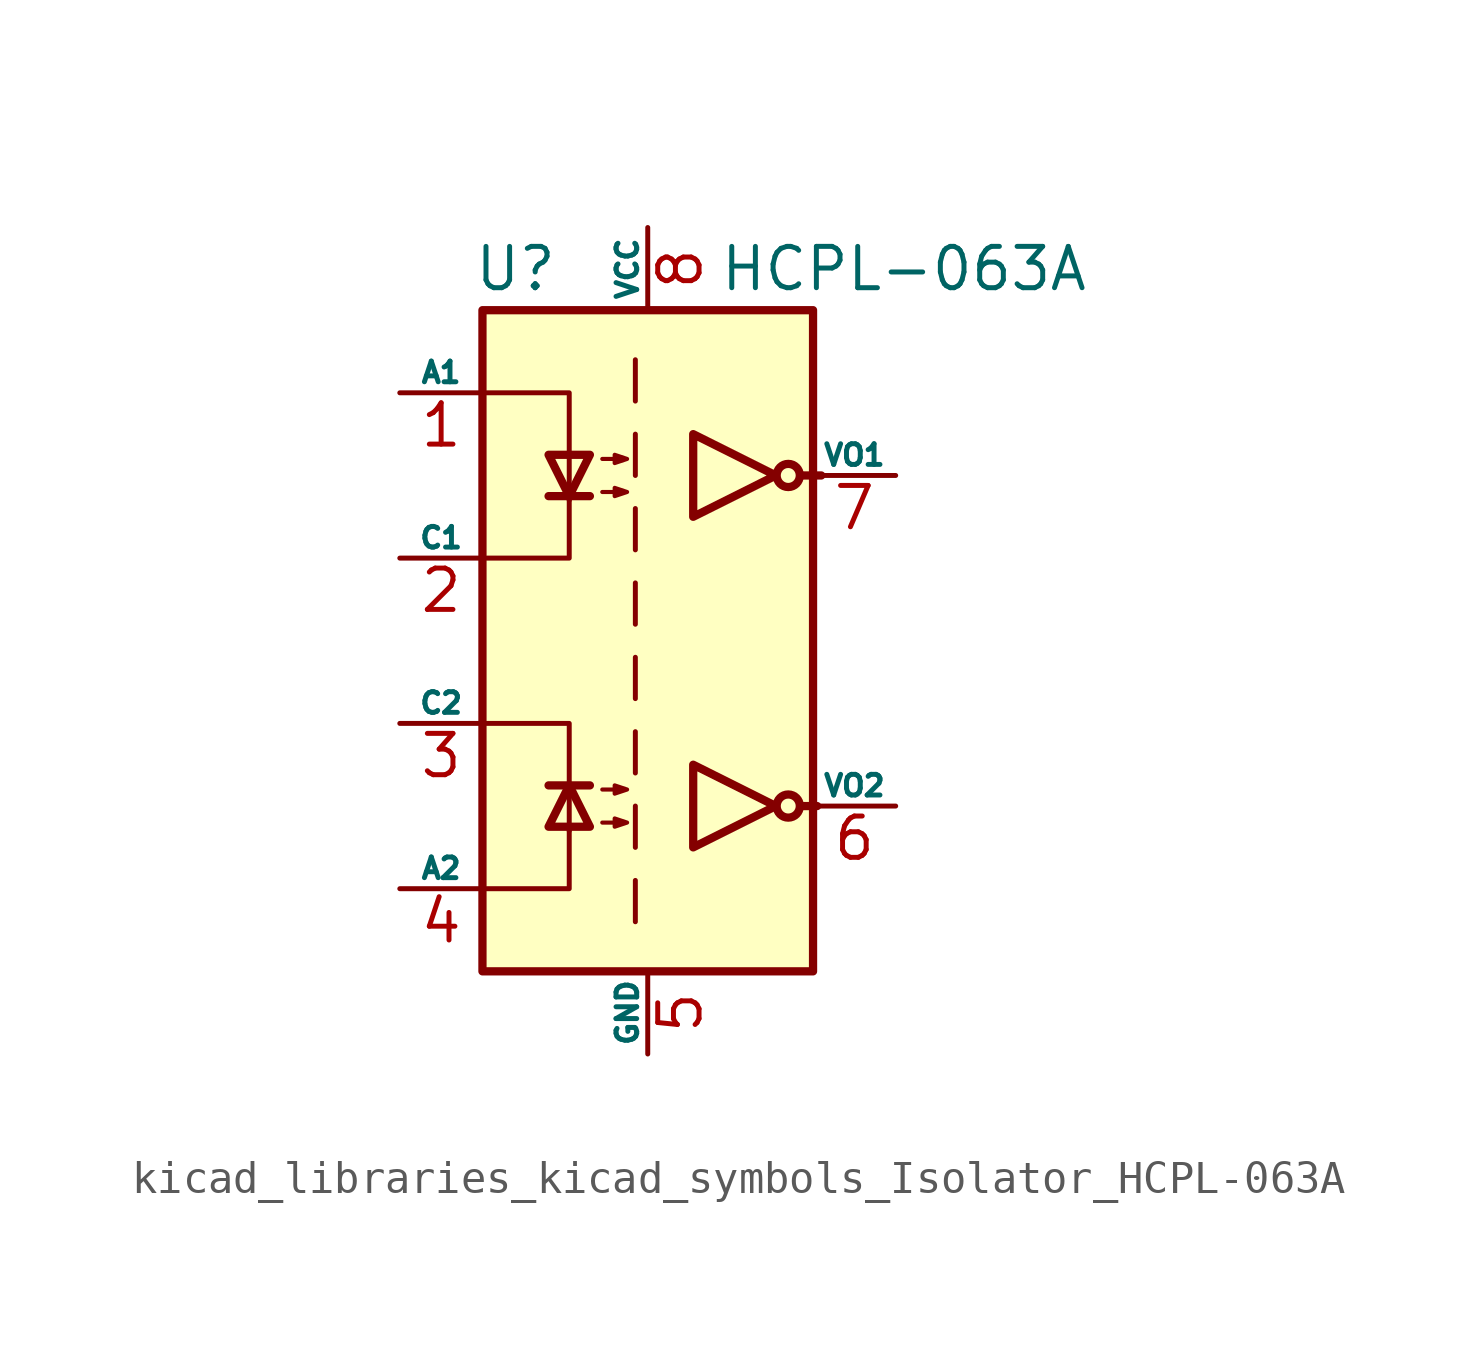
<source format=kicad_sym>
(kicad_symbol_lib
  (version 20220914)
  (generator kicad_symbol_editor)
  (symbol "kicad_libraries_kicad_symbols_Isolator_HCPL-063A"
    (pin_names
      (offset 0))
    (property "Reference" "U"
      (at -4.064 11.43 0)
      (effects (font (size 1.27 1.27))))
    (property "Value" "HCPL-063A"
      (at 7.874 11.43 0)
      (effects (font (size 1.27 1.27))))
    (symbol "kicad_libraries_kicad_symbols_Isolator_HCPL-063A_0_1"
      (rectangle (start -5.08 10.16) (end 5.08 -10.16) (stroke (width 0.254) (type default)) (fill (type background))))
    (symbol "kicad_libraries_kicad_symbols_Isolator_HCPL-063A_1_1"
      (polyline (pts (xy -3.048 -4.445) (xy -1.778 -4.445)) (stroke (width 0.254) (type default)) (fill (type none)))
      (polyline (pts (xy -3.048 4.445) (xy -1.778 4.445)) (stroke (width 0.254) (type default)) (fill (type none)))
      (polyline (pts (xy -0.381 -7.366) (xy -0.381 -8.636)) (stroke (width 0) (type default)) (fill (type none)))
      (polyline (pts (xy -0.381 -5.08) (xy -0.381 -6.35)) (stroke (width 0) (type default)) (fill (type none)))
      (polyline (pts (xy -0.381 -2.794) (xy -0.381 -4.064)) (stroke (width 0) (type default)) (fill (type none)))
      (polyline (pts (xy -0.381 -0.508) (xy -0.381 -1.778)) (stroke (width 0) (type default)) (fill (type none)))
      (polyline (pts (xy -0.381 1.778) (xy -0.381 0.508)) (stroke (width 0) (type default)) (fill (type none)))
      (polyline (pts (xy -0.381 4.064) (xy -0.381 2.794)) (stroke (width 0) (type default)) (fill (type none)))
      (polyline (pts (xy -0.381 6.35) (xy -0.381 5.08)) (stroke (width 0) (type default)) (fill (type none)))
      (polyline (pts (xy -0.381 8.636) (xy -0.381 7.366)) (stroke (width 0) (type default)) (fill (type none)))
      (polyline (pts (xy 4.699 -5.08) (xy 5.207 -5.08)) (stroke (width 0.254) (type default)) (fill (type none)))
      (polyline (pts (xy 4.699 5.08) (xy 5.334 5.08)) (stroke (width 0.254) (type default)) (fill (type none)))
      (polyline (pts (xy -4.953 -7.62) (xy -2.413 -7.62) (xy -2.413 -5.715)) (stroke (width 0) (type default)) (fill (type none)))
      (polyline (pts (xy -4.953 7.62) (xy -2.413 7.62) (xy -2.413 4.318)) (stroke (width 0) (type default)) (fill (type none)))
      (polyline (pts (xy -2.413 -5.842) (xy -2.413 -2.54) (xy -4.953 -2.54)) (stroke (width 0) (type default)) (fill (type none)))
      (polyline (pts (xy -2.413 4.445) (xy -2.413 2.54) (xy -4.953 2.54)) (stroke (width 0) (type default)) (fill (type none)))
      (polyline (pts (xy -2.413 -4.445) (xy -3.048 -5.715) (xy -1.778 -5.715) (xy -2.413 -4.445)) (stroke (width 0.254) (type default)) (fill (type none)))
      (polyline (pts (xy -2.413 4.445) (xy -3.048 5.715) (xy -1.778 5.715) (xy -2.413 4.445)) (stroke (width 0.254) (type default)) (fill (type none)))
      (polyline (pts (xy 3.937 -5.08) (xy 1.397 -3.81) (xy 1.397 -6.35) (xy 3.937 -5.08)) (stroke (width 0.254) (type default)) (fill (type none)))
      (polyline (pts (xy 3.937 5.08) (xy 1.397 6.35) (xy 1.397 3.81) (xy 3.937 5.08)) (stroke (width 0.254) (type default)) (fill (type none)))
      (polyline (pts (xy -1.397 -5.588) (xy -0.635 -5.588) (xy -1.016 -5.715) (xy -1.016 -5.461) (xy -0.635 -5.588)) (stroke (width 0.127) (type default)) (fill (type none)))
      (polyline (pts (xy -1.397 -4.572) (xy -0.635 -4.572) (xy -1.016 -4.699) (xy -1.016 -4.445) (xy -0.635 -4.572)) (stroke (width 0.127) (type default)) (fill (type none)))
      (polyline (pts (xy -1.397 4.572) (xy -0.635 4.572) (xy -1.016 4.445) (xy -1.016 4.699) (xy -0.635 4.572)) (stroke (width 0.127) (type default)) (fill (type none)))
      (polyline (pts (xy -1.397 5.588) (xy -0.635 5.588) (xy -1.016 5.461) (xy -1.016 5.715) (xy -0.635 5.588)) (stroke (width 0.127) (type default)) (fill (type none)))
      (circle (center 4.318 -5.08) (radius 0.356) (stroke (width 0.254) (type default)) (fill (type none)))
      (circle (center 4.318 5.08) (radius 0.356) (stroke (width 0.254) (type default)) (fill (type none)))
      (pin passive line (at -7.62 7.62 0) (length 2.54) (name "A1" (effects (font (size 0.635 0.635)))) (number "1" (effects (font (size 1.27 1.27)))))
      (pin passive line (at -7.62 2.54 0) (length 2.54) (name "C1" (effects (font (size 0.635 0.635)))) (number "2" (effects (font (size 1.27 1.27)))))
      (pin passive line (at -7.62 -2.54 0) (length 2.54) (name "C2" (effects (font (size 0.635 0.635)))) (number "3" (effects (font (size 1.27 1.27)))))
      (pin passive line (at -7.62 -7.62 0) (length 2.54) (name "A2" (effects (font (size 0.635 0.635)))) (number "4" (effects (font (size 1.27 1.27)))))
      (pin power_in line (at 0 -12.7 90) (length 2.54) (name "GND" (effects (font (size 0.635 0.635)))) (number "5" (effects (font (size 1.27 1.27)))))
      (pin open_collector line (at 7.62 -5.08 180) (length 2.54) (name "VO2" (effects (font (size 0.635 0.635)))) (number "6" (effects (font (size 1.27 1.27)))))
      (pin open_collector line (at 7.62 5.08 180) (length 2.54) (name "VO1" (effects (font (size 0.635 0.635)))) (number "7" (effects (font (size 1.27 1.27)))))
      (pin power_in line (at 0 12.7 270) (length 2.54) (name "VCC" (effects (font (size 0.635 0.635)))) (number "8" (effects (font (size 1.27 1.27))))))))
</source>
